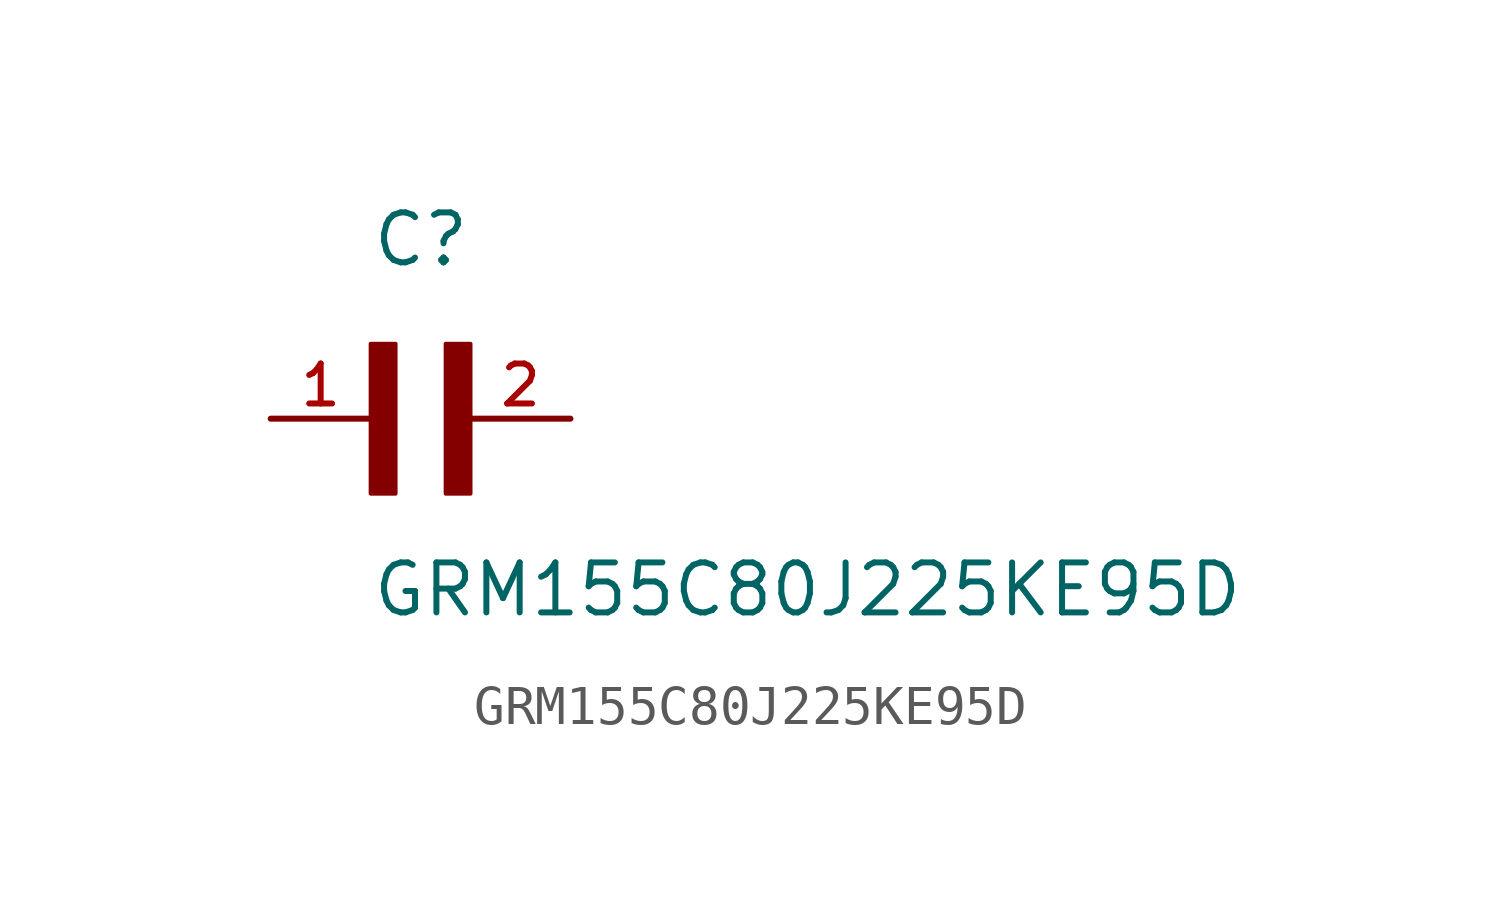
<source format=kicad_sym>
(kicad_symbol_lib
  (version 20211014)
  (generator kicad_symbol_editor)
  (symbol "GRM155C80J225KE95D"
    (pin_names
      (offset 1.016))
    (property "Reference" "C"
      (at 0.0 3.811 0)
      (effects (font (size 1.27 1.27)) (justify bottom left)))
    (property "Value" "GRM155C80J225KE95D"
      (at 0.0 -5.088 0)
      (effects (font (size 1.27 1.27)) (justify bottom left)))
    (symbol "GRM155C80J225KE95D_0_0"
      (rectangle (start 0.0 -1.907) (end 0.635 1.905) (stroke (width 0.1)) (fill (type outline)))
      (rectangle (start 1.907 -1.907) (end 2.54 1.905) (stroke (width 0.1)) (fill (type outline)))
      (pin passive line (at 5.08 0.0 180.0) (length 2.54) (name "~" (effects (font (size 1.016 1.016)))) (number "2" (effects (font (size 1.016 1.016)))))
      (pin passive line (at -2.54 0.0 0) (length 2.54) (name "~" (effects (font (size 1.016 1.016)))) (number "1" (effects (font (size 1.016 1.016))))))))
</source>
